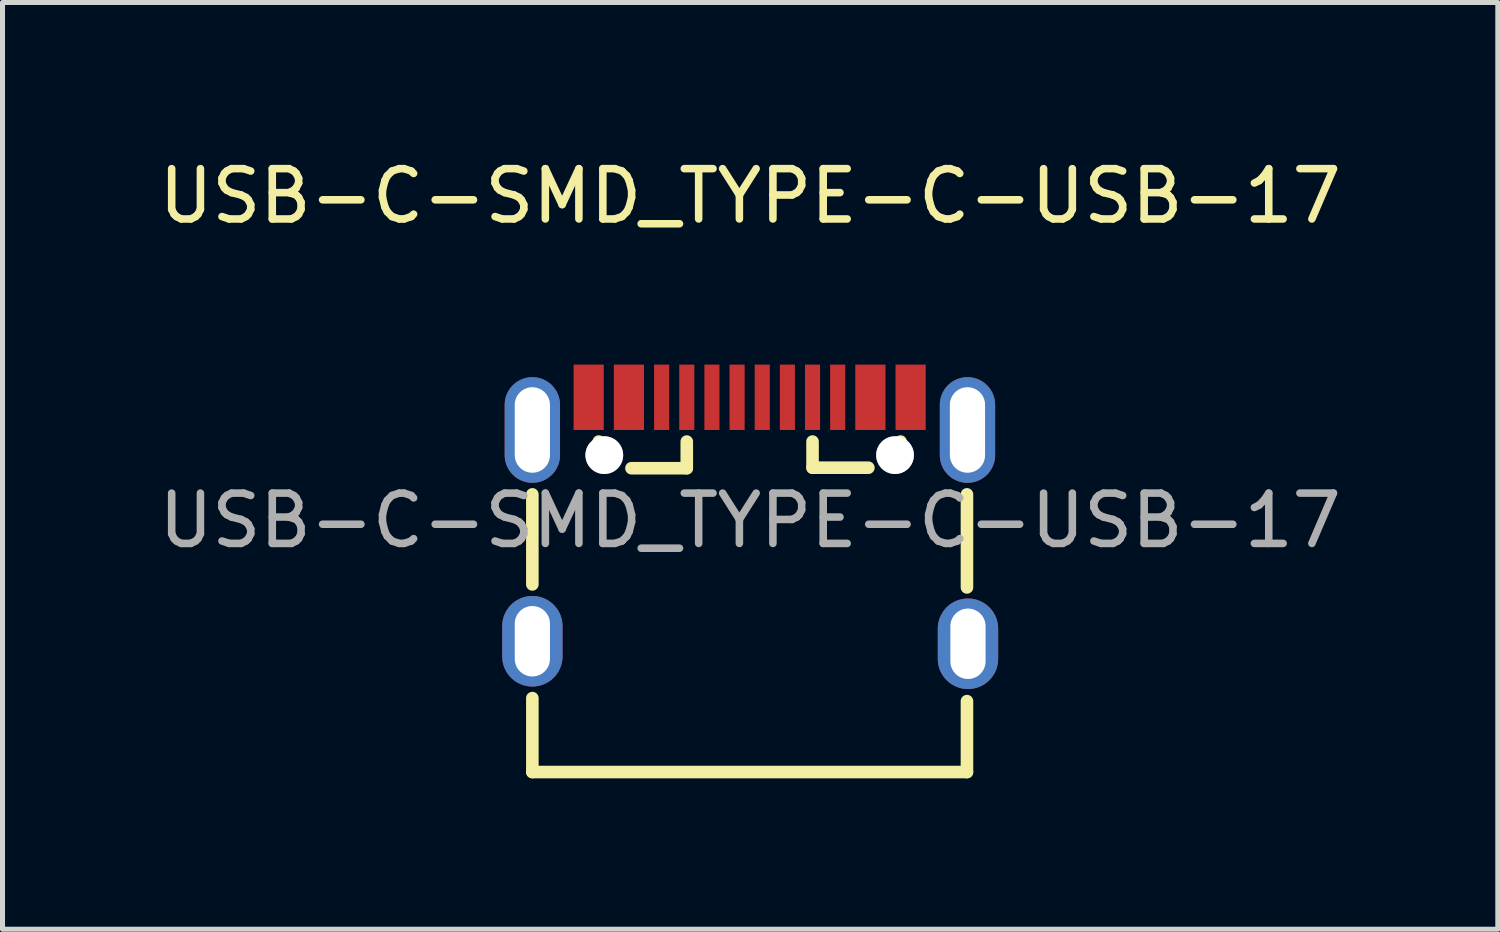
<source format=kicad_pcb>
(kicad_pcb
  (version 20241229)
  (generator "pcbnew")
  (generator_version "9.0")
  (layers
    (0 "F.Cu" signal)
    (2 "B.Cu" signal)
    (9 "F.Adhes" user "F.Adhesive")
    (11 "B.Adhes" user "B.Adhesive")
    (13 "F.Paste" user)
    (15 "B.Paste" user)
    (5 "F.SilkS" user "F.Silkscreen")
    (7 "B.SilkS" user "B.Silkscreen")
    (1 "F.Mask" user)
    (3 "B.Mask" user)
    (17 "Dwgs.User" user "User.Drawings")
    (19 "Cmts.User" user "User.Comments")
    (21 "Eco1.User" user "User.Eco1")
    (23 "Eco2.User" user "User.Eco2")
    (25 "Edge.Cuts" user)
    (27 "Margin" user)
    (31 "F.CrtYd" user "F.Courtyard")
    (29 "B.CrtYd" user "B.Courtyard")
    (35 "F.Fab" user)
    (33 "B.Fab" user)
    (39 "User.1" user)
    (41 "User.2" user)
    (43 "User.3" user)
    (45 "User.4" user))
  (footprint "USB-C-SMD_TYPE-C-USB-17"
    (layer "F.Cu")
    (at 11.863 7.298)
    (property "Reference" "USB-C-SMD_TYPE-C-USB-17" (at 0 -6.45 0) (layer "F.SilkS") (effects (font (size 1 1) (thickness 0.15))))
    (attr smd)
    (fp_line (start -4.33 1.27) (end -4.33 -0.52) (stroke (width 0.25) (type solid)) (layer "F.SilkS"))
    (fp_line (start -4.33 5) (end -4.33 3.53) (stroke (width 0.25) (type solid)) (layer "F.SilkS"))
    (fp_line (start -3.01 -1.41) (end -3.01 -1.57) (stroke (width 0.25) (type solid)) (layer "F.SilkS"))
    (fp_line (start -2.36 -1.04) (end -1.26 -1.04) (stroke (width 0.25) (type solid)) (layer "F.SilkS"))
    (fp_line (start -1.26 -1.04) (end -1.26 -1.57) (stroke (width 0.25) (type solid)) (layer "F.SilkS"))
    (fp_line (start 1.24 -1.05) (end 1.24 -1.57) (stroke (width 0.25) (type solid)) (layer "F.SilkS"))
    (fp_line (start 1.24 -1.05) (end 2.35 -1.05) (stroke (width 0.25) (type solid)) (layer "F.SilkS"))
    (fp_line (start 2.99 -1.41) (end 2.99 -1.57) (stroke (width 0.25) (type solid)) (layer "F.SilkS"))
    (fp_line (start 4.31 1.33) (end 4.31 -0.52) (stroke (width 0.25) (type solid)) (layer "F.SilkS"))
    (fp_line (start 4.31 5) (end -4.33 5) (stroke (width 0.25) (type solid)) (layer "F.SilkS"))
    (fp_line (start 4.31 5) (end 4.31 3.59) (stroke (width 0.25) (type solid)) (layer "F.SilkS"))
    (fp_text user "${REFERENCE}" (at 0 0 0) (layer "F.Fab") (effects (font (size 1 1) (thickness 0.15))))
    (pad "" thru_hole circle (at -2.9 -1.3) (size 0.75 0.75) (drill 0.75) (layers "*.Cu" "*.Mask"))
    (pad "" thru_hole circle (at 2.88 -1.3) (size 0.75 0.75) (drill 0.75) (layers "*.Cu" "*.Mask"))
    (pad "0" thru_hole oval (at -4.33 -1.8) (size 1.1 2.1) (drill oval 0.7 1.7) (layers "*.Cu" "*.Mask"))
    (pad "0" thru_hole oval (at -4.33 2.4) (size 1.2 1.8) (drill oval 0.7 1.4) (layers "*.Cu" "*.Mask"))
    (pad "0" thru_hole oval (at 4.32 -1.8) (size 1.1 2.1) (drill oval 0.7 1.7) (layers "*.Cu" "*.Mask"))
    (pad "0" thru_hole oval (at 4.33 2.45) (size 1.2 1.8) (drill oval 0.7 1.4) (layers "*.Cu" "*.Mask"))
    (pad "A1" smd rect (at -3.21 -2.45) (size 0.6 1.3) (layers "F.Cu" "F.Mask" "F.Paste"))
    (pad "A4" smd rect (at -2.41 -2.45) (size 0.6 1.3) (layers "F.Cu" "F.Mask" "F.Paste"))
    (pad "A5" smd rect (at -1.26 -2.45) (size 0.3 1.3) (layers "F.Cu" "F.Mask" "F.Paste"))
    (pad "A6" smd rect (at -0.26 -2.45) (size 0.3 1.3) (layers "F.Cu" "F.Mask" "F.Paste"))
    (pad "A7" smd rect (at 0.24 -2.45) (size 0.3 1.3) (layers "F.Cu" "F.Mask" "F.Paste"))
    (pad "A8" smd rect (at 1.24 -2.45) (size 0.3 1.3) (layers "F.Cu" "F.Mask" "F.Paste"))
    (pad "A9" smd rect (at 2.39 -2.45) (size 0.6 1.3) (layers "F.Cu" "F.Mask" "F.Paste"))
    (pad "A12" smd rect (at 3.19 -2.45) (size 0.6 1.3) (layers "F.Cu" "F.Mask" "F.Paste"))
    (pad "B5" smd rect (at 1.74 -2.45) (size 0.3 1.3) (layers "F.Cu" "F.Mask" "F.Paste"))
    (pad "B6" smd rect (at 0.74 -2.45) (size 0.3 1.3) (layers "F.Cu" "F.Mask" "F.Paste"))
    (pad "B7" smd rect (at -0.76 -2.45) (size 0.3 1.3) (layers "F.Cu" "F.Mask" "F.Paste"))
    (pad "B8" smd rect (at -1.76 -2.45) (size 0.3 1.3) (layers "F.Cu" "F.Mask" "F.Paste")))
  (gr_rect
    (start -3 -3)
    (end 26.726 15.423)
    (stroke (width 0.1) (type default))
    (fill no)
    (layer "Edge.Cuts")))
</source>
